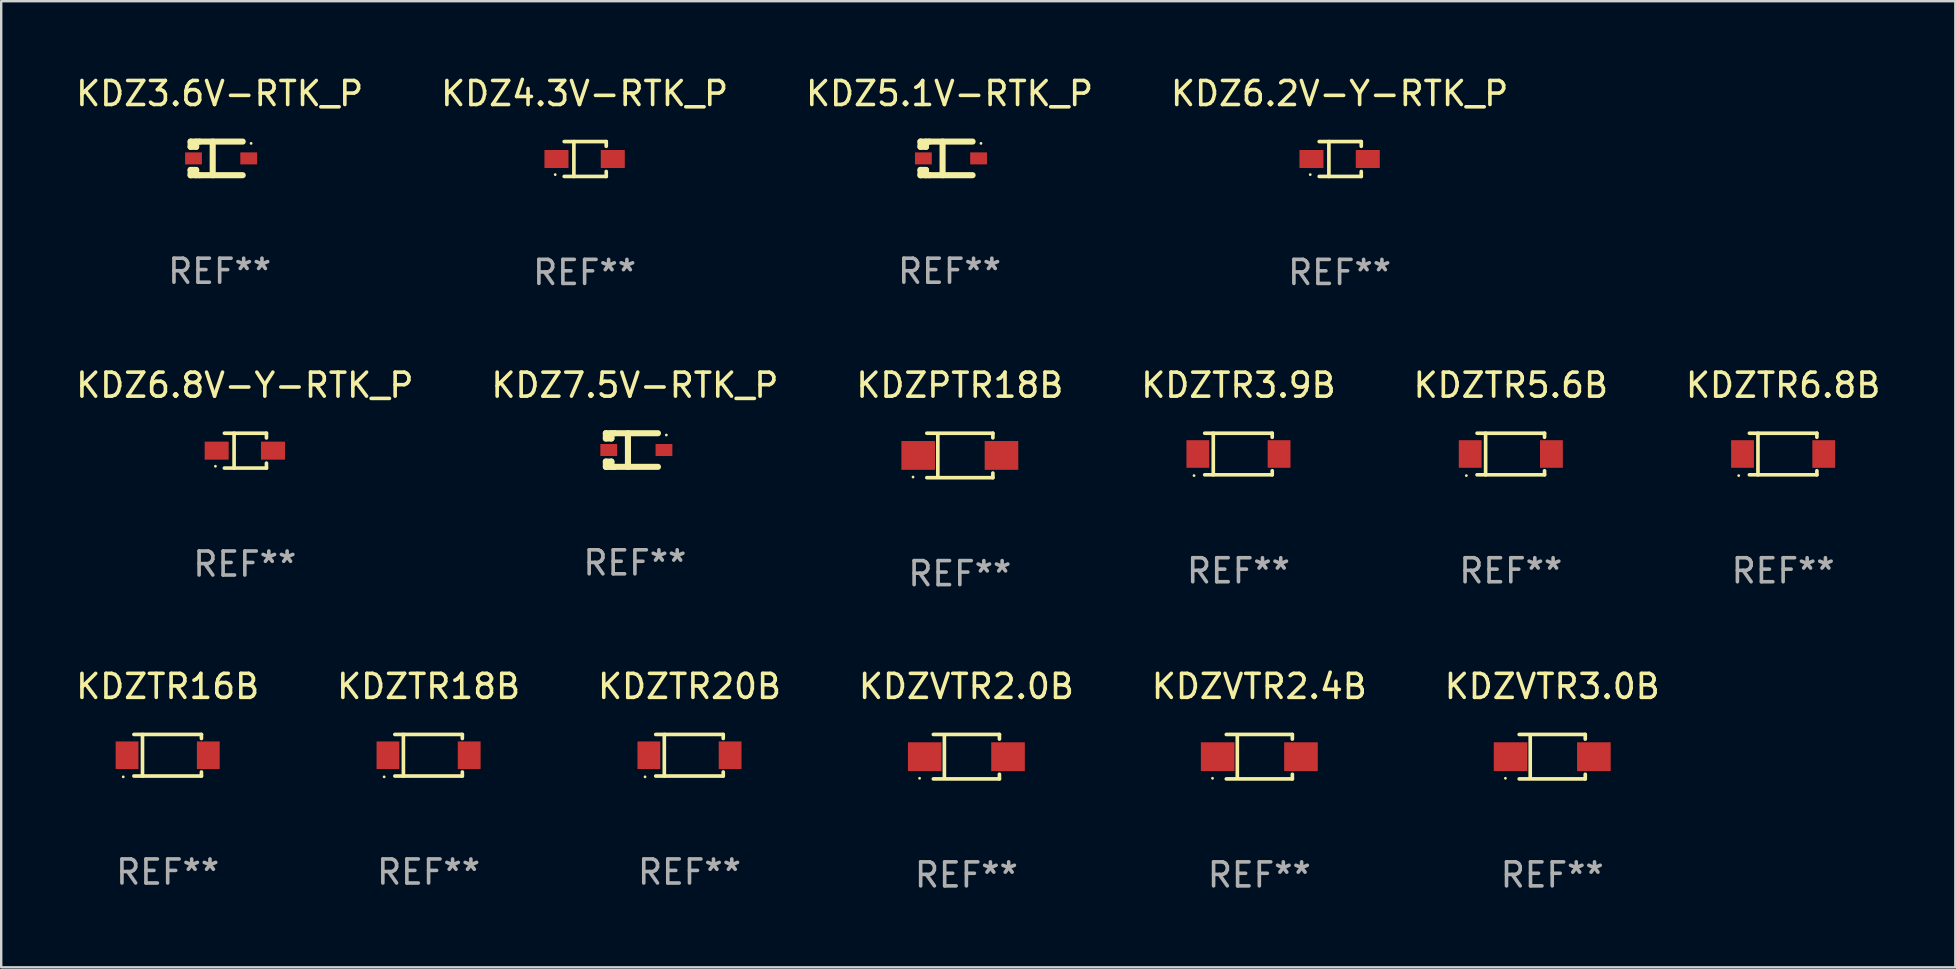
<source format=kicad_pcb>
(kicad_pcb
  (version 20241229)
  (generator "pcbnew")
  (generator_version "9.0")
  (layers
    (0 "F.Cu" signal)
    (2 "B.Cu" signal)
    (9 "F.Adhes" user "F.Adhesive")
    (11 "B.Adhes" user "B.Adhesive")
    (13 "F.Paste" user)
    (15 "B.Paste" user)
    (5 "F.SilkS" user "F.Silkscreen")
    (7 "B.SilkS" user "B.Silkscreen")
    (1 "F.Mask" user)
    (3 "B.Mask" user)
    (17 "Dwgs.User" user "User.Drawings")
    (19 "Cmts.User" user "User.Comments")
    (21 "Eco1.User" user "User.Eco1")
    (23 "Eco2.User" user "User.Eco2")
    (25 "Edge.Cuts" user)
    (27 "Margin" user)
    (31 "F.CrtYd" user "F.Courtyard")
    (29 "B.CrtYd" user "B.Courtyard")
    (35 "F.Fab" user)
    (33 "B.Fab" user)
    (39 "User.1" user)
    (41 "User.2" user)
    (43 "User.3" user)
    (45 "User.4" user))
  (footprint "KDZ5.1V-RTK_P"
    (layer "F.Cu")
    (at 36.506 3.549)
    (property "Reference" "KDZ5.1V-RTK_P" (at 0 -2.701 0) (layer "F.SilkS") (effects (font (size 1 1) (thickness 0.15))))
    (attr through_hole)
    (fp_line (start -1.21 -0.701) (end -1.21 -0.482) (stroke (width 0.254) (type solid)) (layer "F.SilkS"))
    (fp_line (start -1.21 0.48) (end -1.21 0.701) (stroke (width 0.254) (type solid)) (layer "F.SilkS"))
    (fp_line (start -1.21 0.48) (end -0.98 0.48) (stroke (width 0.254) (type solid)) (layer "F.SilkS"))
    (fp_line (start -1.21 0.701) (end -0.839 0.701) (stroke (width 0.254) (type solid)) (layer "F.SilkS"))
    (fp_line (start -0.98 -0.701) (end -0.98 -0.482) (stroke (width 0.254) (type solid)) (layer "F.SilkS"))
    (fp_line (start -0.98 -0.482) (end -1.21 -0.482) (stroke (width 0.254) (type solid)) (layer "F.SilkS"))
    (fp_line (start -0.98 0.481) (end -0.98 0.701) (stroke (width 0.254) (type solid)) (layer "F.SilkS"))
    (fp_line (start -0.84 -0.701) (end -1.21 -0.701) (stroke (width 0.254) (type solid)) (layer "F.SilkS"))
    (fp_line (start -0.84 -0.701) (end 0.96 -0.701) (stroke (width 0.254) (type solid)) (layer "F.SilkS"))
    (fp_line (start -0.84 0.699) (end 0.96 0.699) (stroke (width 0.254) (type solid)) (layer "F.SilkS"))
    (fp_line (start -0.29 0.699) (end -0.29 -0.701) (stroke (width 0.254) (type solid)) (layer "F.SilkS"))
    (fp_circle (center 1.31 -0.626) (end 1.34 -0.626) (stroke (width 0.06) (type solid)) (fill no) (layer "F.SilkS"))
    (fp_text user "REF**" (at 0 4.701 0) (layer "F.Fab") (effects (font (size 1 1) (thickness 0.15))))
    (pad "1" smd rect (at 1.21 -0.001 180) (size 0.7 0.5) (layers "F.Cu" "F.Mask" "F.Paste"))
    (pad "2" smd rect (at -1.09 -0.001 180) (size 0.7 0.5) (layers "F.Cu" "F.Mask" "F.Paste")))
  (footprint "KDZ3.6V-RTK_P"
    (layer "F.Cu")
    (at 6.101 3.549)
    (property "Reference" "KDZ3.6V-RTK_P" (at 0 -2.701 0) (layer "F.SilkS") (effects (font (size 1 1) (thickness 0.15))))
    (attr through_hole)
    (fp_line (start -1.21 -0.701) (end -1.21 -0.482) (stroke (width 0.254) (type solid)) (layer "F.SilkS"))
    (fp_line (start -1.21 0.48) (end -1.21 0.701) (stroke (width 0.254) (type solid)) (layer "F.SilkS"))
    (fp_line (start -1.21 0.48) (end -0.98 0.48) (stroke (width 0.254) (type solid)) (layer "F.SilkS"))
    (fp_line (start -1.21 0.701) (end -0.839 0.701) (stroke (width 0.254) (type solid)) (layer "F.SilkS"))
    (fp_line (start -0.98 -0.701) (end -0.98 -0.482) (stroke (width 0.254) (type solid)) (layer "F.SilkS"))
    (fp_line (start -0.98 -0.482) (end -1.21 -0.482) (stroke (width 0.254) (type solid)) (layer "F.SilkS"))
    (fp_line (start -0.98 0.481) (end -0.98 0.701) (stroke (width 0.254) (type solid)) (layer "F.SilkS"))
    (fp_line (start -0.84 -0.701) (end -1.21 -0.701) (stroke (width 0.254) (type solid)) (layer "F.SilkS"))
    (fp_line (start -0.84 -0.701) (end 0.96 -0.701) (stroke (width 0.254) (type solid)) (layer "F.SilkS"))
    (fp_line (start -0.84 0.699) (end 0.96 0.699) (stroke (width 0.254) (type solid)) (layer "F.SilkS"))
    (fp_line (start -0.29 0.699) (end -0.29 -0.701) (stroke (width 0.254) (type solid)) (layer "F.SilkS"))
    (fp_circle (center 1.31 -0.626) (end 1.34 -0.626) (stroke (width 0.06) (type solid)) (fill no) (layer "F.SilkS"))
    (fp_text user "REF**" (at 0 4.701 0) (layer "F.Fab") (effects (font (size 1 1) (thickness 0.15))))
    (pad "1" smd rect (at 1.21 -0.001 180) (size 0.7 0.5) (layers "F.Cu" "F.Mask" "F.Paste"))
    (pad "2" smd rect (at -1.09 -0.001 180) (size 0.7 0.5) (layers "F.Cu" "F.Mask" "F.Paste")))
  (footprint "KDZ7.5V-RTK_P"
    (layer "F.Cu")
    (at 23.399 15.698)
    (property "Reference" "KDZ7.5V-RTK_P" (at 0 -2.701 0) (layer "F.SilkS") (effects (font (size 1 1) (thickness 0.15))))
    (attr through_hole)
    (fp_line (start -1.21 -0.701) (end -1.21 -0.482) (stroke (width 0.254) (type solid)) (layer "F.SilkS"))
    (fp_line (start -1.21 0.48) (end -1.21 0.701) (stroke (width 0.254) (type solid)) (layer "F.SilkS"))
    (fp_line (start -1.21 0.48) (end -0.98 0.48) (stroke (width 0.254) (type solid)) (layer "F.SilkS"))
    (fp_line (start -1.21 0.701) (end -0.839 0.701) (stroke (width 0.254) (type solid)) (layer "F.SilkS"))
    (fp_line (start -0.98 -0.701) (end -0.98 -0.482) (stroke (width 0.254) (type solid)) (layer "F.SilkS"))
    (fp_line (start -0.98 -0.482) (end -1.21 -0.482) (stroke (width 0.254) (type solid)) (layer "F.SilkS"))
    (fp_line (start -0.98 0.481) (end -0.98 0.701) (stroke (width 0.254) (type solid)) (layer "F.SilkS"))
    (fp_line (start -0.84 -0.701) (end -1.21 -0.701) (stroke (width 0.254) (type solid)) (layer "F.SilkS"))
    (fp_line (start -0.84 -0.701) (end 0.96 -0.701) (stroke (width 0.254) (type solid)) (layer "F.SilkS"))
    (fp_line (start -0.84 0.699) (end 0.96 0.699) (stroke (width 0.254) (type solid)) (layer "F.SilkS"))
    (fp_line (start -0.29 0.699) (end -0.29 -0.701) (stroke (width 0.254) (type solid)) (layer "F.SilkS"))
    (fp_circle (center 1.31 -0.626) (end 1.34 -0.626) (stroke (width 0.06) (type solid)) (fill no) (layer "F.SilkS"))
    (fp_text user "REF**" (at 0 4.701 0) (layer "F.Fab") (effects (font (size 1 1) (thickness 0.15))))
    (pad "1" smd rect (at 1.21 -0.001 180) (size 0.7 0.5) (layers "F.Cu" "F.Mask" "F.Paste"))
    (pad "2" smd rect (at -1.09 -0.001 180) (size 0.7 0.5) (layers "F.Cu" "F.Mask" "F.Paste")))
  (footprint "KDZVTR3.0B"
    (layer "F.Cu")
    (at 61.613 28.472)
    (property "Reference" "KDZVTR3.0B" (at 0 -2.926 0) (layer "F.SilkS") (effects (font (size 1 1) (thickness 0.15))))
    (attr through_hole)
    (fp_line (start -1.376 -0.926) (end 1.376 -0.926) (stroke (width 0.152) (type solid)) (layer "F.SilkS"))
    (fp_line (start -1.376 0.926) (end 1.376 0.926) (stroke (width 0.152) (type solid)) (layer "F.SilkS"))
    (fp_line (start -0.917 -0.876) (end -0.917 0.876) (stroke (width 0.152) (type solid)) (layer "F.SilkS"))
    (fp_line (start 1.376 -0.926) (end 1.376 -0.733) (stroke (width 0.152) (type solid)) (layer "F.SilkS"))
    (fp_line (start 1.376 0.926) (end 1.376 0.733) (stroke (width 0.152) (type solid)) (layer "F.SilkS"))
    (fp_circle (center -1.95 0.9) (end -1.92 0.9) (stroke (width 0.06) (type solid)) (fill no) (layer "F.SilkS"))
    (fp_text user "REF**" (at 0 4.926 0) (layer "F.Fab") (effects (font (size 1 1) (thickness 0.15))))
    (pad "1" smd rect (at -1.735 0) (size 1.4 1.2) (layers "F.Cu" "F.Mask" "F.Paste"))
    (pad "2" smd rect (at 1.735 0) (size 1.4 1.2) (layers "F.Cu" "F.Mask" "F.Paste")))
  (footprint "KDZTR20B"
    (layer "F.Cu")
    (at 25.673 28.412)
    (property "Reference" "KDZTR20B" (at 0 -2.866 0) (layer "F.SilkS") (effects (font (size 1 1) (thickness 0.15))))
    (attr through_hole)
    (fp_line (start -1.406 -0.866) (end 1.406 -0.866) (stroke (width 0.152) (type solid)) (layer "F.SilkS"))
    (fp_line (start -1.406 0.866) (end 1.406 0.866) (stroke (width 0.152) (type solid)) (layer "F.SilkS"))
    (fp_line (start -1.049 -0.866) (end -1.049 0.866) (stroke (width 0.152) (type solid)) (layer "F.SilkS"))
    (fp_line (start 1.406 -0.866) (end 1.406 -0.698) (stroke (width 0.152) (type solid)) (layer "F.SilkS"))
    (fp_line (start 1.406 0.866) (end 1.406 0.698) (stroke (width 0.152) (type solid)) (layer "F.SilkS"))
    (fp_circle (center -1.851 0.9) (end -1.821 0.9) (stroke (width 0.06) (type solid)) (fill no) (layer "F.SilkS"))
    (fp_text user "REF**" (at 0 4.866 0) (layer "F.Fab") (effects (font (size 1 1) (thickness 0.15))))
    (pad "1" smd rect (at -1.692 0) (size 0.95 1.15) (layers "F.Cu" "F.Mask" "F.Paste"))
    (pad "2" smd rect (at 1.692 0) (size 0.95 1.15) (layers "F.Cu" "F.Mask" "F.Paste")))
  (footprint "KDZTR3.9B"
    (layer "F.Cu")
    (at 48.542 15.863)
    (property "Reference" "KDZTR3.9B" (at 0 -2.866 0) (layer "F.SilkS") (effects (font (size 1 1) (thickness 0.15))))
    (attr through_hole)
    (fp_line (start -1.406 -0.866) (end 1.406 -0.866) (stroke (width 0.152) (type solid)) (layer "F.SilkS"))
    (fp_line (start -1.406 0.866) (end 1.406 0.866) (stroke (width 0.152) (type solid)) (layer "F.SilkS"))
    (fp_line (start -1.049 -0.866) (end -1.049 0.866) (stroke (width 0.152) (type solid)) (layer "F.SilkS"))
    (fp_line (start 1.406 -0.866) (end 1.406 -0.698) (stroke (width 0.152) (type solid)) (layer "F.SilkS"))
    (fp_line (start 1.406 0.866) (end 1.406 0.698) (stroke (width 0.152) (type solid)) (layer "F.SilkS"))
    (fp_circle (center -1.851 0.9) (end -1.821 0.9) (stroke (width 0.06) (type solid)) (fill no) (layer "F.SilkS"))
    (fp_text user "REF**" (at 0 4.866 0) (layer "F.Fab") (effects (font (size 1 1) (thickness 0.15))))
    (pad "1" smd rect (at -1.692 0) (size 0.95 1.15) (layers "F.Cu" "F.Mask" "F.Paste"))
    (pad "2" smd rect (at 1.692 0) (size 0.95 1.15) (layers "F.Cu" "F.Mask" "F.Paste")))
  (footprint "KDZ6.8V-Y-RTK_P"
    (layer "F.Cu")
    (at 7.149 15.723)
    (property "Reference" "KDZ6.8V-Y-RTK_P" (at 0 -2.726 0) (layer "F.SilkS") (effects (font (size 1 1) (thickness 0.15))))
    (attr through_hole)
    (fp_line (start -0.851 -0.726) (end 0.901 -0.726) (stroke (width 0.152) (type solid)) (layer "F.SilkS"))
    (fp_line (start -0.851 0.726) (end 0.901 0.726) (stroke (width 0.152) (type solid)) (layer "F.SilkS"))
    (fp_line (start -0.447 -0.726) (end -0.447 0.726) (stroke (width 0.152) (type solid)) (layer "F.SilkS"))
    (fp_line (start 0.901 -0.726) (end 0.901 -0.53) (stroke (width 0.152) (type solid)) (layer "F.SilkS"))
    (fp_line (start 0.901 0.726) (end 0.901 0.52) (stroke (width 0.152) (type solid)) (layer "F.SilkS"))
    (fp_circle (center -1.225 0.65) (end -1.195 0.65) (stroke (width 0.06) (type solid)) (fill no) (layer "F.SilkS"))
    (fp_text user "REF**" (at 0 4.726 0) (layer "F.Fab") (effects (font (size 1 1) (thickness 0.15))))
    (pad "1" smd rect (at -1.173 0) (size 1 0.75) (layers "F.Cu" "F.Mask" "F.Paste"))
    (pad "2" smd rect (at 1.173 0) (size 1 0.75) (layers "F.Cu" "F.Mask" "F.Paste")))
  (footprint "KDZTR6.8B"
    (layer "F.Cu")
    (at 71.232 15.863)
    (property "Reference" "KDZTR6.8B" (at 0 -2.866 0) (layer "F.SilkS") (effects (font (size 1 1) (thickness 0.15))))
    (attr through_hole)
    (fp_line (start -1.406 -0.866) (end 1.406 -0.866) (stroke (width 0.152) (type solid)) (layer "F.SilkS"))
    (fp_line (start -1.406 0.866) (end 1.406 0.866) (stroke (width 0.152) (type solid)) (layer "F.SilkS"))
    (fp_line (start -1.049 -0.866) (end -1.049 0.866) (stroke (width 0.152) (type solid)) (layer "F.SilkS"))
    (fp_line (start 1.406 -0.866) (end 1.406 -0.698) (stroke (width 0.152) (type solid)) (layer "F.SilkS"))
    (fp_line (start 1.406 0.866) (end 1.406 0.698) (stroke (width 0.152) (type solid)) (layer "F.SilkS"))
    (fp_circle (center -1.851 0.9) (end -1.821 0.9) (stroke (width 0.06) (type solid)) (fill no) (layer "F.SilkS"))
    (fp_text user "REF**" (at 0 4.866 0) (layer "F.Fab") (effects (font (size 1 1) (thickness 0.15))))
    (pad "1" smd rect (at -1.692 0) (size 0.95 1.15) (layers "F.Cu" "F.Mask" "F.Paste"))
    (pad "2" smd rect (at 1.692 0) (size 0.95 1.15) (layers "F.Cu" "F.Mask" "F.Paste")))
  (footprint "KDZTR16B"
    (layer "F.Cu")
    (at 3.935 28.412)
    (property "Reference" "KDZTR16B" (at 0 -2.866 0) (layer "F.SilkS") (effects (font (size 1 1) (thickness 0.15))))
    (attr through_hole)
    (fp_line (start -1.406 -0.866) (end 1.406 -0.866) (stroke (width 0.152) (type solid)) (layer "F.SilkS"))
    (fp_line (start -1.406 0.866) (end 1.406 0.866) (stroke (width 0.152) (type solid)) (layer "F.SilkS"))
    (fp_line (start -1.049 -0.866) (end -1.049 0.866) (stroke (width 0.152) (type solid)) (layer "F.SilkS"))
    (fp_line (start 1.406 -0.866) (end 1.406 -0.698) (stroke (width 0.152) (type solid)) (layer "F.SilkS"))
    (fp_line (start 1.406 0.866) (end 1.406 0.698) (stroke (width 0.152) (type solid)) (layer "F.SilkS"))
    (fp_circle (center -1.851 0.9) (end -1.821 0.9) (stroke (width 0.06) (type solid)) (fill no) (layer "F.SilkS"))
    (fp_text user "REF**" (at 0 4.866 0) (layer "F.Fab") (effects (font (size 1 1) (thickness 0.15))))
    (pad "1" smd rect (at -1.692 0) (size 0.95 1.15) (layers "F.Cu" "F.Mask" "F.Paste"))
    (pad "2" smd rect (at 1.692 0) (size 0.95 1.15) (layers "F.Cu" "F.Mask" "F.Paste")))
  (footprint "KDZVTR2.4B"
    (layer "F.Cu")
    (at 49.411 28.472)
    (property "Reference" "KDZVTR2.4B" (at 0 -2.926 0) (layer "F.SilkS") (effects (font (size 1 1) (thickness 0.15))))
    (attr through_hole)
    (fp_line (start -1.376 -0.926) (end 1.376 -0.926) (stroke (width 0.152) (type solid)) (layer "F.SilkS"))
    (fp_line (start -1.376 0.926) (end 1.376 0.926) (stroke (width 0.152) (type solid)) (layer "F.SilkS"))
    (fp_line (start -0.917 -0.876) (end -0.917 0.876) (stroke (width 0.152) (type solid)) (layer "F.SilkS"))
    (fp_line (start 1.376 -0.926) (end 1.376 -0.733) (stroke (width 0.152) (type solid)) (layer "F.SilkS"))
    (fp_line (start 1.376 0.926) (end 1.376 0.733) (stroke (width 0.152) (type solid)) (layer "F.SilkS"))
    (fp_circle (center -1.95 0.9) (end -1.92 0.9) (stroke (width 0.06) (type solid)) (fill no) (layer "F.SilkS"))
    (fp_text user "REF**" (at 0 4.926 0) (layer "F.Fab") (effects (font (size 1 1) (thickness 0.15))))
    (pad "1" smd rect (at -1.735 0) (size 1.4 1.2) (layers "F.Cu" "F.Mask" "F.Paste"))
    (pad "2" smd rect (at 1.735 0) (size 1.4 1.2) (layers "F.Cu" "F.Mask" "F.Paste")))
  (footprint "KDZVTR2.0B"
    (layer "F.Cu")
    (at 37.208 28.472)
    (property "Reference" "KDZVTR2.0B" (at 0 -2.926 0) (layer "F.SilkS") (effects (font (size 1 1) (thickness 0.15))))
    (attr through_hole)
    (fp_line (start -1.376 -0.926) (end 1.376 -0.926) (stroke (width 0.152) (type solid)) (layer "F.SilkS"))
    (fp_line (start -1.376 0.926) (end 1.376 0.926) (stroke (width 0.152) (type solid)) (layer "F.SilkS"))
    (fp_line (start -0.917 -0.876) (end -0.917 0.876) (stroke (width 0.152) (type solid)) (layer "F.SilkS"))
    (fp_line (start 1.376 -0.926) (end 1.376 -0.733) (stroke (width 0.152) (type solid)) (layer "F.SilkS"))
    (fp_line (start 1.376 0.926) (end 1.376 0.733) (stroke (width 0.152) (type solid)) (layer "F.SilkS"))
    (fp_circle (center -1.95 0.9) (end -1.92 0.9) (stroke (width 0.06) (type solid)) (fill no) (layer "F.SilkS"))
    (fp_text user "REF**" (at 0 4.926 0) (layer "F.Fab") (effects (font (size 1 1) (thickness 0.15))))
    (pad "1" smd rect (at -1.735 0) (size 1.4 1.2) (layers "F.Cu" "F.Mask" "F.Paste"))
    (pad "2" smd rect (at 1.735 0) (size 1.4 1.2) (layers "F.Cu" "F.Mask" "F.Paste")))
  (footprint "KDZTR5.6B"
    (layer "F.Cu")
    (at 59.887 15.863)
    (property "Reference" "KDZTR5.6B" (at 0 -2.866 0) (layer "F.SilkS") (effects (font (size 1 1) (thickness 0.15))))
    (attr through_hole)
    (fp_line (start -1.406 -0.866) (end 1.406 -0.866) (stroke (width 0.152) (type solid)) (layer "F.SilkS"))
    (fp_line (start -1.406 0.866) (end 1.406 0.866) (stroke (width 0.152) (type solid)) (layer "F.SilkS"))
    (fp_line (start -1.049 -0.866) (end -1.049 0.866) (stroke (width 0.152) (type solid)) (layer "F.SilkS"))
    (fp_line (start 1.406 -0.866) (end 1.406 -0.698) (stroke (width 0.152) (type solid)) (layer "F.SilkS"))
    (fp_line (start 1.406 0.866) (end 1.406 0.698) (stroke (width 0.152) (type solid)) (layer "F.SilkS"))
    (fp_circle (center -1.851 0.9) (end -1.821 0.9) (stroke (width 0.06) (type solid)) (fill no) (layer "F.SilkS"))
    (fp_text user "REF**" (at 0 4.866 0) (layer "F.Fab") (effects (font (size 1 1) (thickness 0.15))))
    (pad "1" smd rect (at -1.692 0) (size 0.95 1.15) (layers "F.Cu" "F.Mask" "F.Paste"))
    (pad "2" smd rect (at 1.692 0) (size 0.95 1.15) (layers "F.Cu" "F.Mask" "F.Paste")))
  (footprint "KDZ4.3V-RTK_P"
    (layer "F.Cu")
    (at 21.304 3.574)
    (property "Reference" "KDZ4.3V-RTK_P" (at 0 -2.726 0) (layer "F.SilkS") (effects (font (size 1 1) (thickness 0.15))))
    (attr through_hole)
    (fp_line (start -0.851 -0.726) (end 0.901 -0.726) (stroke (width 0.152) (type solid)) (layer "F.SilkS"))
    (fp_line (start -0.851 0.726) (end 0.901 0.726) (stroke (width 0.152) (type solid)) (layer "F.SilkS"))
    (fp_line (start -0.447 -0.726) (end -0.447 0.726) (stroke (width 0.152) (type solid)) (layer "F.SilkS"))
    (fp_line (start 0.901 -0.726) (end 0.901 -0.53) (stroke (width 0.152) (type solid)) (layer "F.SilkS"))
    (fp_line (start 0.901 0.726) (end 0.901 0.52) (stroke (width 0.152) (type solid)) (layer "F.SilkS"))
    (fp_circle (center -1.225 0.65) (end -1.195 0.65) (stroke (width 0.06) (type solid)) (fill no) (layer "F.SilkS"))
    (fp_text user "REF**" (at 0 4.726 0) (layer "F.Fab") (effects (font (size 1 1) (thickness 0.15))))
    (pad "1" smd rect (at -1.173 0) (size 1 0.75) (layers "F.Cu" "F.Mask" "F.Paste"))
    (pad "2" smd rect (at 1.173 0) (size 1 0.75) (layers "F.Cu" "F.Mask" "F.Paste")))
  (footprint "KDZ6.2V-Y-RTK_P"
    (layer "F.Cu")
    (at 52.756 3.574)
    (property "Reference" "KDZ6.2V-Y-RTK_P" (at 0 -2.726 0) (layer "F.SilkS") (effects (font (size 1 1) (thickness 0.15))))
    (attr through_hole)
    (fp_line (start -0.851 -0.726) (end 0.901 -0.726) (stroke (width 0.152) (type solid)) (layer "F.SilkS"))
    (fp_line (start -0.851 0.726) (end 0.901 0.726) (stroke (width 0.152) (type solid)) (layer "F.SilkS"))
    (fp_line (start -0.447 -0.726) (end -0.447 0.726) (stroke (width 0.152) (type solid)) (layer "F.SilkS"))
    (fp_line (start 0.901 -0.726) (end 0.901 -0.53) (stroke (width 0.152) (type solid)) (layer "F.SilkS"))
    (fp_line (start 0.901 0.726) (end 0.901 0.52) (stroke (width 0.152) (type solid)) (layer "F.SilkS"))
    (fp_circle (center -1.225 0.65) (end -1.195 0.65) (stroke (width 0.06) (type solid)) (fill no) (layer "F.SilkS"))
    (fp_text user "REF**" (at 0 4.726 0) (layer "F.Fab") (effects (font (size 1 1) (thickness 0.15))))
    (pad "1" smd rect (at -1.173 0) (size 1 0.75) (layers "F.Cu" "F.Mask" "F.Paste"))
    (pad "2" smd rect (at 1.173 0) (size 1 0.75) (layers "F.Cu" "F.Mask" "F.Paste")))
  (footprint "KDZTR18B"
    (layer "F.Cu")
    (at 14.804 28.412)
    (property "Reference" "KDZTR18B" (at 0 -2.866 0) (layer "F.SilkS") (effects (font (size 1 1) (thickness 0.15))))
    (attr through_hole)
    (fp_line (start -1.406 -0.866) (end 1.406 -0.866) (stroke (width 0.152) (type solid)) (layer "F.SilkS"))
    (fp_line (start -1.406 0.866) (end 1.406 0.866) (stroke (width 0.152) (type solid)) (layer "F.SilkS"))
    (fp_line (start -1.049 -0.866) (end -1.049 0.866) (stroke (width 0.152) (type solid)) (layer "F.SilkS"))
    (fp_line (start 1.406 -0.866) (end 1.406 -0.698) (stroke (width 0.152) (type solid)) (layer "F.SilkS"))
    (fp_line (start 1.406 0.866) (end 1.406 0.698) (stroke (width 0.152) (type solid)) (layer "F.SilkS"))
    (fp_circle (center -1.851 0.9) (end -1.821 0.9) (stroke (width 0.06) (type solid)) (fill no) (layer "F.SilkS"))
    (fp_text user "REF**" (at 0 4.866 0) (layer "F.Fab") (effects (font (size 1 1) (thickness 0.15))))
    (pad "1" smd rect (at -1.692 0) (size 0.95 1.15) (layers "F.Cu" "F.Mask" "F.Paste"))
    (pad "2" smd rect (at 1.692 0) (size 0.95 1.15) (layers "F.Cu" "F.Mask" "F.Paste")))
  (footprint "KDZPTR18B"
    (layer "F.Cu")
    (at 36.935 15.923)
    (property "Reference" "KDZPTR18B" (at 0 -2.926 0) (layer "F.SilkS") (effects (font (size 1 1) (thickness 0.15))))
    (attr through_hole)
    (fp_line (start -1.376 -0.926) (end 1.376 -0.926) (stroke (width 0.152) (type solid)) (layer "F.SilkS"))
    (fp_line (start -1.376 0.926) (end 1.376 0.926) (stroke (width 0.152) (type solid)) (layer "F.SilkS"))
    (fp_line (start -0.917 -0.876) (end -0.917 0.876) (stroke (width 0.152) (type solid)) (layer "F.SilkS"))
    (fp_line (start 1.376 -0.926) (end 1.376 -0.733) (stroke (width 0.152) (type solid)) (layer "F.SilkS"))
    (fp_line (start 1.376 0.926) (end 1.376 0.733) (stroke (width 0.152) (type solid)) (layer "F.SilkS"))
    (fp_circle (center -1.95 0.9) (end -1.92 0.9) (stroke (width 0.06) (type solid)) (fill no) (layer "F.SilkS"))
    (fp_text user "REF**" (at 0 4.926 0) (layer "F.Fab") (effects (font (size 1 1) (thickness 0.15))))
    (pad "1" smd rect (at -1.735 0) (size 1.4 1.2) (layers "F.Cu" "F.Mask" "F.Paste"))
    (pad "2" smd rect (at 1.735 0) (size 1.4 1.2) (layers "F.Cu" "F.Mask" "F.Paste")))
  (gr_rect
    (start -3 -3)
    (end 78.405 37.247)
    (stroke (width 0.1) (type default))
    (fill no)
    (layer "Edge.Cuts")))
</source>
